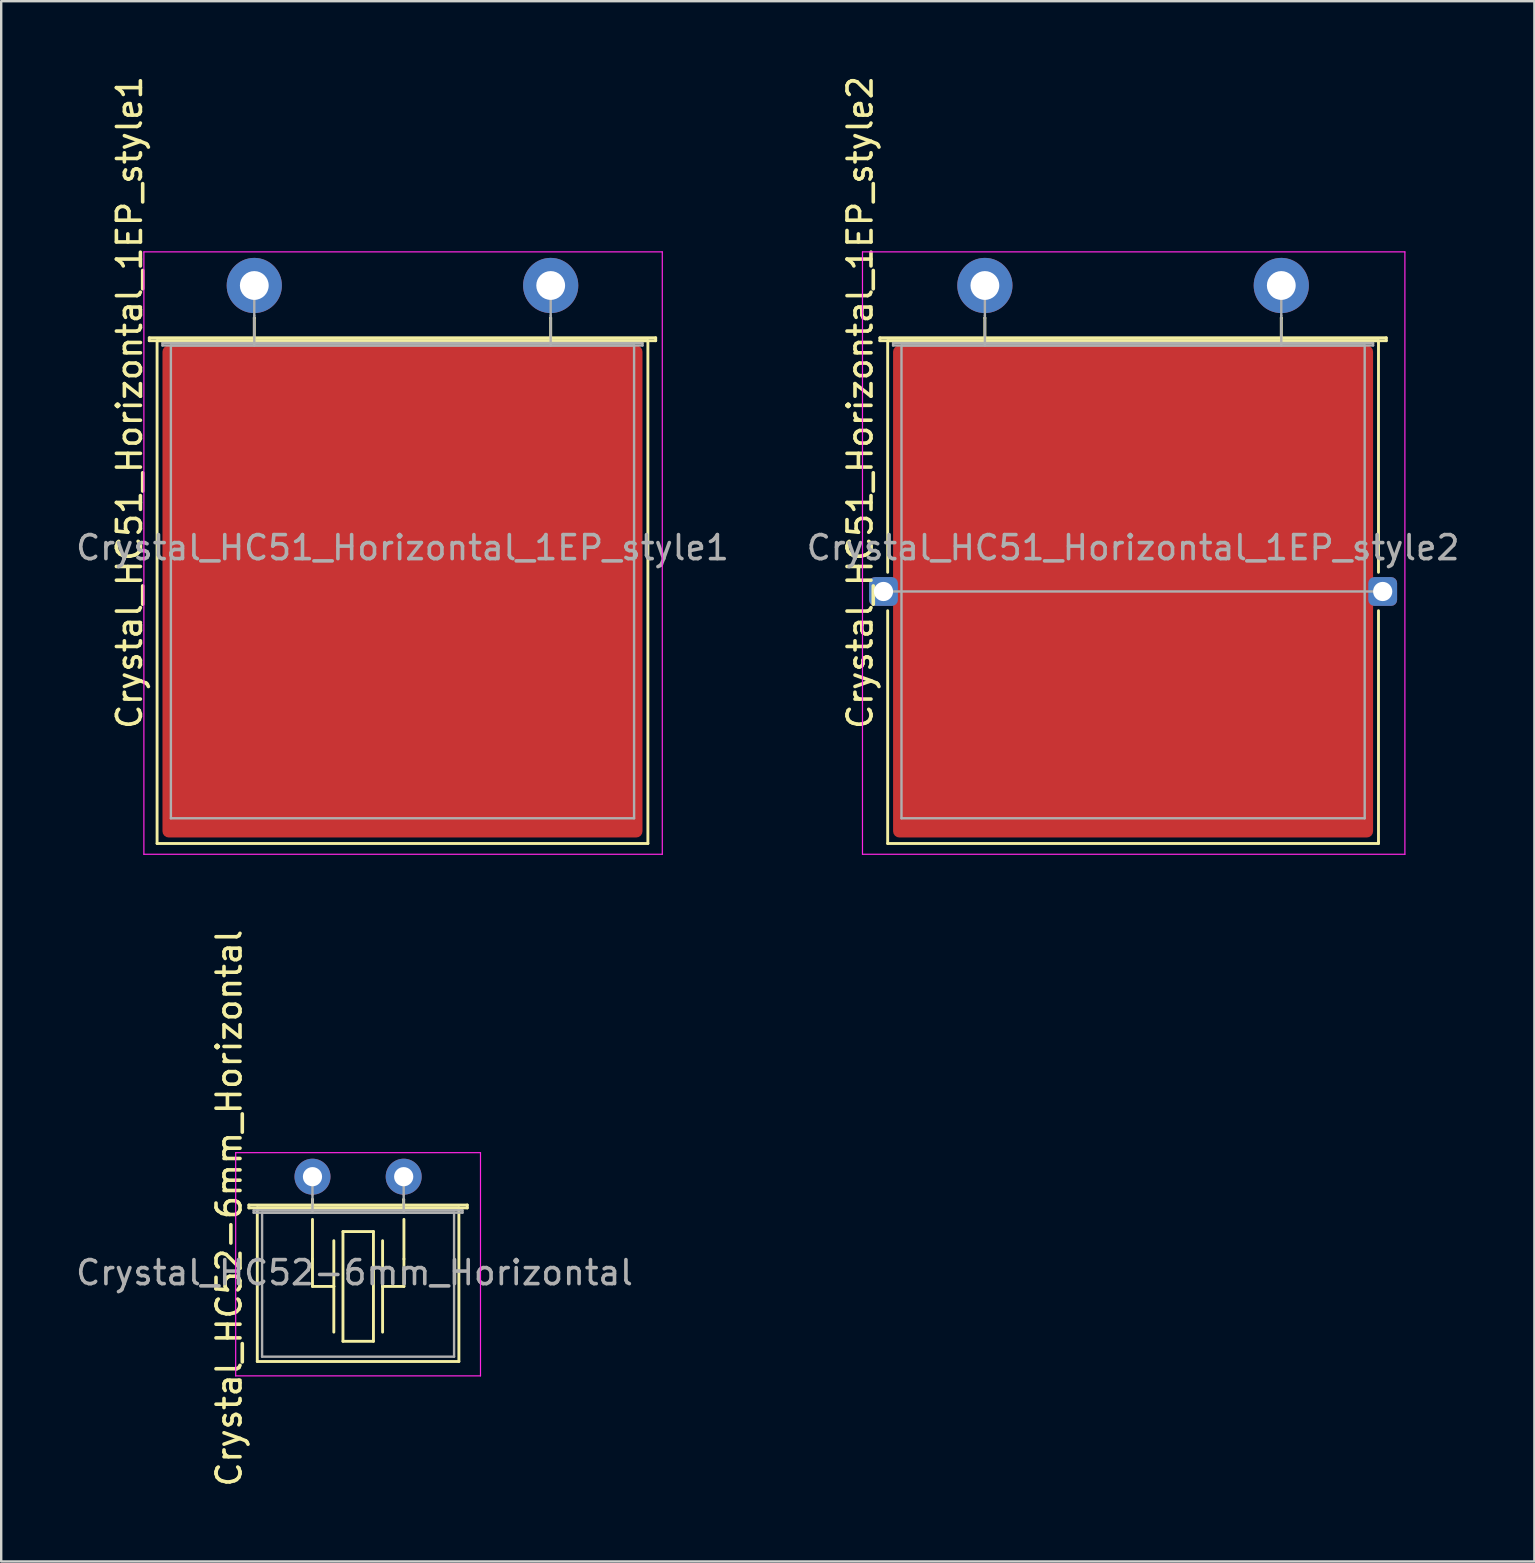
<source format=kicad_pcb>
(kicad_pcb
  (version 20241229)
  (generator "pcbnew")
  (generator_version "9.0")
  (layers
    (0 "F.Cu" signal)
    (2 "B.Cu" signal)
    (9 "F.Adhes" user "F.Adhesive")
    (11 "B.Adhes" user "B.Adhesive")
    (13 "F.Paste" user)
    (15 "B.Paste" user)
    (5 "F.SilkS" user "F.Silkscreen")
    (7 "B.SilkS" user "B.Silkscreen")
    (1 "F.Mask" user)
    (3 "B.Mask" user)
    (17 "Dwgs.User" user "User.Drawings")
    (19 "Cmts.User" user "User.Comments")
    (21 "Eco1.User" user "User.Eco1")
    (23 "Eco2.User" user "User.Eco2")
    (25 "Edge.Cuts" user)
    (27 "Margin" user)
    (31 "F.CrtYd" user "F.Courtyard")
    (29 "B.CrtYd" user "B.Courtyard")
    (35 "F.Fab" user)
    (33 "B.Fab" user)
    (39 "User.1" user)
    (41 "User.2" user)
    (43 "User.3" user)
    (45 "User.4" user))
  (footprint "Crystal_HC51_Horizontal_1EP_style1"
    (layer "F.Cu")
    (at 7.545 8.845)
    (property "Reference" "Crystal_HC51_Horizontal_1EP_style1" (at -5.2 4.875 90) (layer "F.SilkS") (effects (font (size 1 1) (thickness 0.15))))
    (attr through_hole)
    (fp_line (start -4.375 2.18) (end 16.725 2.18) (stroke (width 0.12) (type solid)) (layer "F.SilkS"))
    (fp_line (start -4.375 2.3) (end -4.375 2.18) (stroke (width 0.12) (type solid)) (layer "F.SilkS"))
    (fp_line (start -4.05 2.3) (end -4.05 23.25) (stroke (width 0.12) (type solid)) (layer "F.SilkS"))
    (fp_line (start -4.05 23.25) (end 16.4 23.25) (stroke (width 0.12) (type solid)) (layer "F.SilkS"))
    (fp_line (start 0 1.35) (end 0 1.35) (stroke (width 0.12) (type solid)) (layer "F.SilkS"))
    (fp_line (start 0 2.3) (end 0 1.35) (stroke (width 0.12) (type solid)) (layer "F.SilkS"))
    (fp_line (start 12.35 1.35) (end 12.35 1.35) (stroke (width 0.12) (type solid)) (layer "F.SilkS"))
    (fp_line (start 12.35 2.3) (end 12.35 1.35) (stroke (width 0.12) (type solid)) (layer "F.SilkS"))
    (fp_line (start 16.375 2.3) (end -4.025 2.3) (stroke (width 0.12) (type solid)) (layer "F.SilkS"))
    (fp_line (start 16.4 23.25) (end 16.4 2.3) (stroke (width 0.12) (type solid)) (layer "F.SilkS"))
    (fp_line (start 16.725 2.18) (end 16.725 2.3) (stroke (width 0.12) (type solid)) (layer "F.SilkS"))
    (fp_line (start 16.725 2.3) (end -4.375 2.3) (stroke (width 0.12) (type solid)) (layer "F.SilkS"))
    (fp_line (start -4.6 -1.4) (end -4.6 23.7) (stroke (width 0.05) (type solid)) (layer "F.CrtYd"))
    (fp_line (start -4.6 23.7) (end 17 23.7) (stroke (width 0.05) (type solid)) (layer "F.CrtYd"))
    (fp_line (start 17 -1.4) (end -4.6 -1.4) (stroke (width 0.05) (type solid)) (layer "F.CrtYd"))
    (fp_line (start 17 23.7) (end 17 -1.4) (stroke (width 0.05) (type solid)) (layer "F.CrtYd"))
    (fp_line (start -3.825 2.4) (end 16.175 2.4) (stroke (width 0.1) (type solid)) (layer "F.Fab"))
    (fp_line (start -3.825 2.5) (end -3.825 2.4) (stroke (width 0.1) (type solid)) (layer "F.Fab"))
    (fp_line (start -3.475 2.5) (end -3.475 22.2) (stroke (width 0.1) (type solid)) (layer "F.Fab"))
    (fp_line (start -3.475 22.2) (end 15.825 22.2) (stroke (width 0.1) (type solid)) (layer "F.Fab"))
    (fp_line (start 0 1.25) (end 0 0) (stroke (width 0.1) (type solid)) (layer "F.Fab"))
    (fp_line (start 0 2.5) (end 0 1.25) (stroke (width 0.1) (type solid)) (layer "F.Fab"))
    (fp_line (start 12.35 1.25) (end 12.35 0) (stroke (width 0.1) (type solid)) (layer "F.Fab"))
    (fp_line (start 12.35 2.5) (end 12.35 1.25) (stroke (width 0.1) (type solid)) (layer "F.Fab"))
    (fp_line (start 15.825 2.5) (end -3.475 2.5) (stroke (width 0.1) (type solid)) (layer "F.Fab"))
    (fp_line (start 15.825 22.2) (end 15.825 2.5) (stroke (width 0.1) (type solid)) (layer "F.Fab"))
    (fp_line (start 16.175 2.4) (end 16.175 2.5) (stroke (width 0.1) (type solid)) (layer "F.Fab"))
    (fp_line (start 16.175 2.5) (end -3.825 2.5) (stroke (width 0.1) (type solid)) (layer "F.Fab"))
    (fp_text user "${REFERENCE}" (at 6.175 10.925 0) (layer "F.Fab") (effects (font (size 1 1) (thickness 0.15))))
    (pad "1" thru_hole circle (at 0 0) (size 2.3 2.3) (drill 1.2) (layers "*.Cu" "*.Mask"))
    (pad "2" thru_hole circle (at 12.35 0) (size 2.3 2.3) (drill 1.2) (layers "*.Cu" "*.Mask"))
    (pad "3" smd roundrect (at 6.175 12.75) (size 20 20.5) (layers "F.Cu" "F.Mask" "F.Paste") (roundrect_rratio 0.013)))
  (footprint "Crystal_HC51_Horizontal_1EP_style2"
    (layer "F.Cu")
    (at 37.986 8.845)
    (property "Reference" "Crystal_HC51_Horizontal_1EP_style2" (at -5.2 4.875 90) (layer "F.SilkS") (effects (font (size 1 1) (thickness 0.15))))
    (attr through_hole)
    (fp_line (start -4.375 2.18) (end 16.725 2.18) (stroke (width 0.12) (type solid)) (layer "F.SilkS"))
    (fp_line (start -4.375 2.3) (end -4.375 2.18) (stroke (width 0.12) (type solid)) (layer "F.SilkS"))
    (fp_line (start -4.05 11.95) (end -4.05 2.3) (stroke (width 0.12) (type solid)) (layer "F.SilkS"))
    (fp_line (start -4.05 23.25) (end -4.05 13.55) (stroke (width 0.12) (type solid)) (layer "F.SilkS"))
    (fp_line (start -4.025 2.3) (end 16.375 2.3) (stroke (width 0.12) (type solid)) (layer "F.SilkS"))
    (fp_line (start 0 1.35) (end 0 1.35) (stroke (width 0.12) (type solid)) (layer "F.SilkS"))
    (fp_line (start 0 2.3) (end 0 1.35) (stroke (width 0.12) (type solid)) (layer "F.SilkS"))
    (fp_line (start 12.35 1.35) (end 12.35 1.35) (stroke (width 0.12) (type solid)) (layer "F.SilkS"))
    (fp_line (start 12.35 2.3) (end 12.35 1.35) (stroke (width 0.12) (type solid)) (layer "F.SilkS"))
    (fp_line (start 16.4 2.3) (end 16.4 11.95) (stroke (width 0.12) (type solid)) (layer "F.SilkS"))
    (fp_line (start 16.4 13.55) (end 16.4 23.2) (stroke (width 0.12) (type solid)) (layer "F.SilkS"))
    (fp_line (start 16.4 23.2) (end 16.4 23.25) (stroke (width 0.12) (type solid)) (layer "F.SilkS"))
    (fp_line (start 16.4 23.25) (end -4.05 23.25) (stroke (width 0.12) (type solid)) (layer "F.SilkS"))
    (fp_line (start 16.725 2.18) (end 16.725 2.3) (stroke (width 0.12) (type solid)) (layer "F.SilkS"))
    (fp_line (start 16.725 2.3) (end -4.375 2.3) (stroke (width 0.12) (type solid)) (layer "F.SilkS"))
    (fp_line (start -5.1 -1.4) (end -5.1 23.7) (stroke (width 0.05) (type solid)) (layer "F.CrtYd"))
    (fp_line (start -5.1 23.7) (end 17.5 23.7) (stroke (width 0.05) (type solid)) (layer "F.CrtYd"))
    (fp_line (start 17.5 -1.4) (end -5.1 -1.4) (stroke (width 0.05) (type solid)) (layer "F.CrtYd"))
    (fp_line (start 17.5 23.7) (end 17.5 -1.4) (stroke (width 0.05) (type solid)) (layer "F.CrtYd"))
    (fp_line (start -4.225 12.75) (end 16.575 12.75) (stroke (width 0.1) (type solid)) (layer "F.Fab"))
    (fp_line (start -3.825 2.4) (end 16.175 2.4) (stroke (width 0.1) (type solid)) (layer "F.Fab"))
    (fp_line (start -3.825 2.5) (end -3.825 2.4) (stroke (width 0.1) (type solid)) (layer "F.Fab"))
    (fp_line (start -3.475 2.5) (end -3.475 22.2) (stroke (width 0.1) (type solid)) (layer "F.Fab"))
    (fp_line (start -3.475 22.2) (end 15.825 22.2) (stroke (width 0.1) (type solid)) (layer "F.Fab"))
    (fp_line (start 0 1.25) (end 0 0) (stroke (width 0.1) (type solid)) (layer "F.Fab"))
    (fp_line (start 0 2.5) (end 0 1.25) (stroke (width 0.1) (type solid)) (layer "F.Fab"))
    (fp_line (start 12.35 1.25) (end 12.35 0) (stroke (width 0.1) (type solid)) (layer "F.Fab"))
    (fp_line (start 12.35 2.5) (end 12.35 1.25) (stroke (width 0.1) (type solid)) (layer "F.Fab"))
    (fp_line (start 15.825 2.5) (end -3.475 2.5) (stroke (width 0.1) (type solid)) (layer "F.Fab"))
    (fp_line (start 15.825 22.2) (end 15.825 2.5) (stroke (width 0.1) (type solid)) (layer "F.Fab"))
    (fp_line (start 16.175 2.4) (end 16.175 2.5) (stroke (width 0.1) (type solid)) (layer "F.Fab"))
    (fp_line (start 16.175 2.5) (end -3.825 2.5) (stroke (width 0.1) (type solid)) (layer "F.Fab"))
    (fp_text user "${REFERENCE}" (at 6.175 10.925 0) (layer "F.Fab") (effects (font (size 1 1) (thickness 0.15))))
    (pad "1" thru_hole circle (at 0 0) (size 2.3 2.3) (drill 1.2) (layers "*.Cu" "*.Mask"))
    (pad "2" thru_hole circle (at 12.35 0) (size 2.3 2.3) (drill 1.2) (layers "*.Cu" "*.Mask"))
    (pad "3" thru_hole roundrect (at -4.225 12.75) (size 1.2 1.2) (drill 0.8) (layers "*.Cu" "*.Mask") (roundrect_rratio 0.208))
    (pad "3" smd roundrect (at 6.175 12.75) (size 20 20.5) (layers "F.Cu" "F.Mask" "F.Paste") (roundrect_rratio 0.013))
    (pad "3" thru_hole roundrect (at 16.575 12.75) (size 1.2 1.2) (drill 0.8) (layers "*.Cu" "*.Mask") (roundrect_rratio 0.208)))
  (footprint "Crystal_HC52-6mm_Horizontal"
    (layer "F.Cu")
    (at 9.97 45.978)
    (property "Reference" "Crystal_HC52-6mm_Horizontal" (at -3.475 1.312 90) (layer "F.SilkS") (effects (font (size 1 1) (thickness 0.15))))
    (attr through_hole)
    (fp_line (start -2.65 1.18) (end 6.45 1.18) (stroke (width 0.12) (type solid)) (layer "F.SilkS"))
    (fp_line (start -2.65 1.3) (end -2.65 1.18) (stroke (width 0.12) (type solid)) (layer "F.SilkS"))
    (fp_line (start -2.3 1.3) (end -2.3 7.7) (stroke (width 0.12) (type solid)) (layer "F.SilkS"))
    (fp_line (start -2.3 7.7) (end 6.1 7.7) (stroke (width 0.12) (type solid)) (layer "F.SilkS"))
    (fp_line (start 0 0.95) (end 0 0.95) (stroke (width 0.12) (type solid)) (layer "F.SilkS"))
    (fp_line (start 0 1.3) (end 0 0.95) (stroke (width 0.12) (type solid)) (layer "F.SilkS"))
    (fp_line (start 0 1.778) (end 0 3.429) (stroke (width 0.12) (type solid)) (layer "F.SilkS"))
    (fp_line (start 0 3.429) (end 0 4.572) (stroke (width 0.12) (type solid)) (layer "F.SilkS"))
    (fp_line (start 0 4.572) (end 0.889 4.572) (stroke (width 0.12) (type solid)) (layer "F.SilkS"))
    (fp_line (start 0.889 4.572) (end 0.889 2.667) (stroke (width 0.12) (type solid)) (layer "F.SilkS"))
    (fp_line (start 0.889 6.477) (end 0.889 4.572) (stroke (width 0.12) (type solid)) (layer "F.SilkS"))
    (fp_line (start 1.27 2.286) (end 1.27 6.858) (stroke (width 0.12) (type solid)) (layer "F.SilkS"))
    (fp_line (start 1.27 6.858) (end 2.54 6.858) (stroke (width 0.12) (type solid)) (layer "F.SilkS"))
    (fp_line (start 2.54 2.286) (end 1.27 2.286) (stroke (width 0.12) (type solid)) (layer "F.SilkS"))
    (fp_line (start 2.54 6.858) (end 2.54 2.286) (stroke (width 0.12) (type solid)) (layer "F.SilkS"))
    (fp_line (start 2.921 2.667) (end 2.921 4.572) (stroke (width 0.12) (type solid)) (layer "F.SilkS"))
    (fp_line (start 2.921 4.572) (end 2.921 6.477) (stroke (width 0.12) (type solid)) (layer "F.SilkS"))
    (fp_line (start 3.8 0.95) (end 3.8 0.95) (stroke (width 0.12) (type solid)) (layer "F.SilkS"))
    (fp_line (start 3.8 1.3) (end 3.8 0.95) (stroke (width 0.12) (type solid)) (layer "F.SilkS"))
    (fp_line (start 3.81 1.778) (end 3.81 3.429) (stroke (width 0.12) (type solid)) (layer "F.SilkS"))
    (fp_line (start 3.81 3.429) (end 3.81 4.572) (stroke (width 0.12) (type solid)) (layer "F.SilkS"))
    (fp_line (start 3.81 4.572) (end 2.921 4.572) (stroke (width 0.12) (type solid)) (layer "F.SilkS"))
    (fp_line (start 6.1 1.3) (end -2.3 1.3) (stroke (width 0.12) (type solid)) (layer "F.SilkS"))
    (fp_line (start 6.1 7.7) (end 6.1 1.3) (stroke (width 0.12) (type solid)) (layer "F.SilkS"))
    (fp_line (start 6.45 1.18) (end 6.45 1.3) (stroke (width 0.12) (type solid)) (layer "F.SilkS"))
    (fp_line (start 6.45 1.3) (end -2.65 1.3) (stroke (width 0.12) (type solid)) (layer "F.SilkS"))
    (fp_line (start -3.2 -1) (end -3.2 8.3) (stroke (width 0.05) (type solid)) (layer "F.CrtYd"))
    (fp_line (start -3.2 8.3) (end 7 8.3) (stroke (width 0.05) (type solid)) (layer "F.CrtYd"))
    (fp_line (start 7 -1) (end -3.2 -1) (stroke (width 0.05) (type solid)) (layer "F.CrtYd"))
    (fp_line (start 7 8.3) (end 7 -1) (stroke (width 0.05) (type solid)) (layer "F.CrtYd"))
    (fp_line (start -2.45 1.4) (end 6.25 1.4) (stroke (width 0.1) (type solid)) (layer "F.Fab"))
    (fp_line (start -2.45 1.5) (end -2.45 1.4) (stroke (width 0.1) (type solid)) (layer "F.Fab"))
    (fp_line (start -2.1 1.5) (end -2.1 7.5) (stroke (width 0.1) (type solid)) (layer "F.Fab"))
    (fp_line (start -2.1 7.5) (end 5.9 7.5) (stroke (width 0.1) (type solid)) (layer "F.Fab"))
    (fp_line (start 0 0.75) (end 0 0) (stroke (width 0.1) (type solid)) (layer "F.Fab"))
    (fp_line (start 0 1.5) (end 0 0.75) (stroke (width 0.1) (type solid)) (layer "F.Fab"))
    (fp_line (start 3.8 0.75) (end 3.8 0) (stroke (width 0.1) (type solid)) (layer "F.Fab"))
    (fp_line (start 3.8 1.5) (end 3.8 0.75) (stroke (width 0.1) (type solid)) (layer "F.Fab"))
    (fp_line (start 5.9 1.5) (end -2.1 1.5) (stroke (width 0.1) (type solid)) (layer "F.Fab"))
    (fp_line (start 5.9 7.5) (end 5.9 1.5) (stroke (width 0.1) (type solid)) (layer "F.Fab"))
    (fp_line (start 6.25 1.4) (end 6.25 1.5) (stroke (width 0.1) (type solid)) (layer "F.Fab"))
    (fp_line (start 6.25 1.5) (end -2.45 1.5) (stroke (width 0.1) (type solid)) (layer "F.Fab"))
    (fp_text user "${REFERENCE}" (at 1.75 4 0) (layer "F.Fab") (effects (font (size 1 1) (thickness 0.15))))
    (pad "1" thru_hole circle (at 0 0) (size 1.5 1.5) (drill 0.8) (layers "*.Cu" "*.Mask"))
    (pad "2" thru_hole circle (at 3.8 0) (size 1.5 1.5) (drill 0.8) (layers "*.Cu" "*.Mask")))
  (gr_rect
    (start -3 -3)
    (end 60.881 62.011)
    (stroke (width 0.1) (type default))
    (fill no)
    (layer "Edge.Cuts")))
</source>
